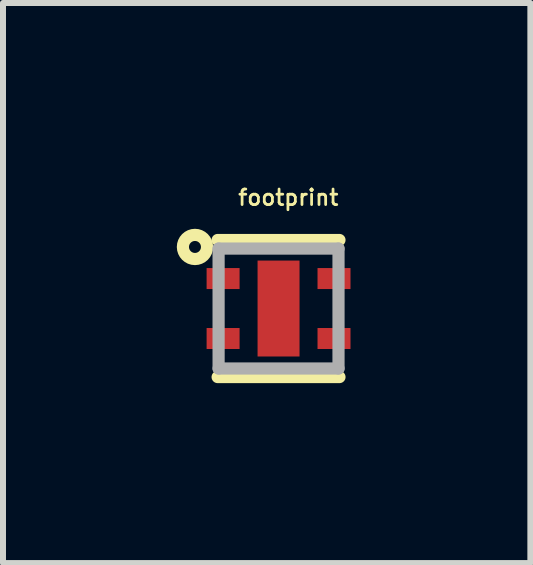
<source format=kicad_pcb>
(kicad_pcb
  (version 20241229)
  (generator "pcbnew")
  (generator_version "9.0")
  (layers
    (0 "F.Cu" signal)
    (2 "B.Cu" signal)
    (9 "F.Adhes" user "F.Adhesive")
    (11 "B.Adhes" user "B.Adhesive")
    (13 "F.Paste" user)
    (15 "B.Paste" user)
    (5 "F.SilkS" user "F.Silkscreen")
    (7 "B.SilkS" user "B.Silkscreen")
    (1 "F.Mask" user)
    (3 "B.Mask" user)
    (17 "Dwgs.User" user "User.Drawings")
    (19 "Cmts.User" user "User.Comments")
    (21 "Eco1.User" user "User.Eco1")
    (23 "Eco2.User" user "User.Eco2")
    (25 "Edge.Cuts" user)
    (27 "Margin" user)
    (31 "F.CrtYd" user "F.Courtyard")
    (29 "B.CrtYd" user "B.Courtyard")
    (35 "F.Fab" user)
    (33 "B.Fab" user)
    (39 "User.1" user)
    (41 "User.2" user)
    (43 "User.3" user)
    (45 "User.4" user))
  (footprint "footprint"
    (layer "F.Cu")
    (at 1.596 2.096)
    (property "Reference" "footprint" (at -0.7 -1.7 0) (layer "F.SilkS") (effects (font (size 0.259 0.259) (thickness 0.046)) (justify left bottom)))
    (fp_line (start 1.016 -1.143) (end -1.016 -1.143) (stroke (width 0.203) (type solid)) (layer "F.SilkS"))
    (fp_line (start 1.016 1.143) (end -1.016 1.143) (stroke (width 0.203) (type solid)) (layer "F.SilkS"))
    (fp_circle (center -1.394 -1.027) (end -1.294 -1.027) (stroke (width 0.203) (type solid)) (fill no) (layer "F.SilkS"))
    (fp_poly (pts (xy 0.25 0.7) (xy 0.25 -0.7) (xy -0.25 -0.7) (xy -0.25 0.7)) (stroke (width 0) (type solid)) (fill yes) (layer "F.Paste"))
    (fp_line (start -1 -1) (end -1 1) (stroke (width 0.203) (type solid)) (layer "F.Fab"))
    (fp_line (start -1 1) (end 1 1) (stroke (width 0.203) (type solid)) (layer "F.Fab"))
    (fp_line (start 1 -1) (end -1 -1) (stroke (width 0.203) (type solid)) (layer "F.Fab"))
    (fp_line (start 1 1) (end 1 -1) (stroke (width 0.203) (type solid)) (layer "F.Fab"))
    (pad "1" smd rect (at -0.925 -0.5 90) (size 0.35 0.55) (layers "F.Cu" "F.Mask" "F.Paste"))
    (pad "2" smd rect (at -0.925 0.5 90) (size 0.35 0.55) (layers "F.Cu" "F.Mask" "F.Paste"))
    (pad "3" smd rect (at 0.925 0.5 90) (size 0.35 0.55) (layers "F.Cu" "F.Mask" "F.Paste"))
    (pad "4" smd rect (at 0.925 -0.5 90) (size 0.35 0.55) (layers "F.Cu" "F.Mask" "F.Paste"))
    (pad "5" smd rect (at 0 0 270) (size 1.6 0.7) (layers "F.Cu" "F.Mask")))
  (gr_rect
    (start -3 -3)
    (end 5.796 6.341)
    (stroke (width 0.1) (type default))
    (fill no)
    (layer "Edge.Cuts")))
</source>
